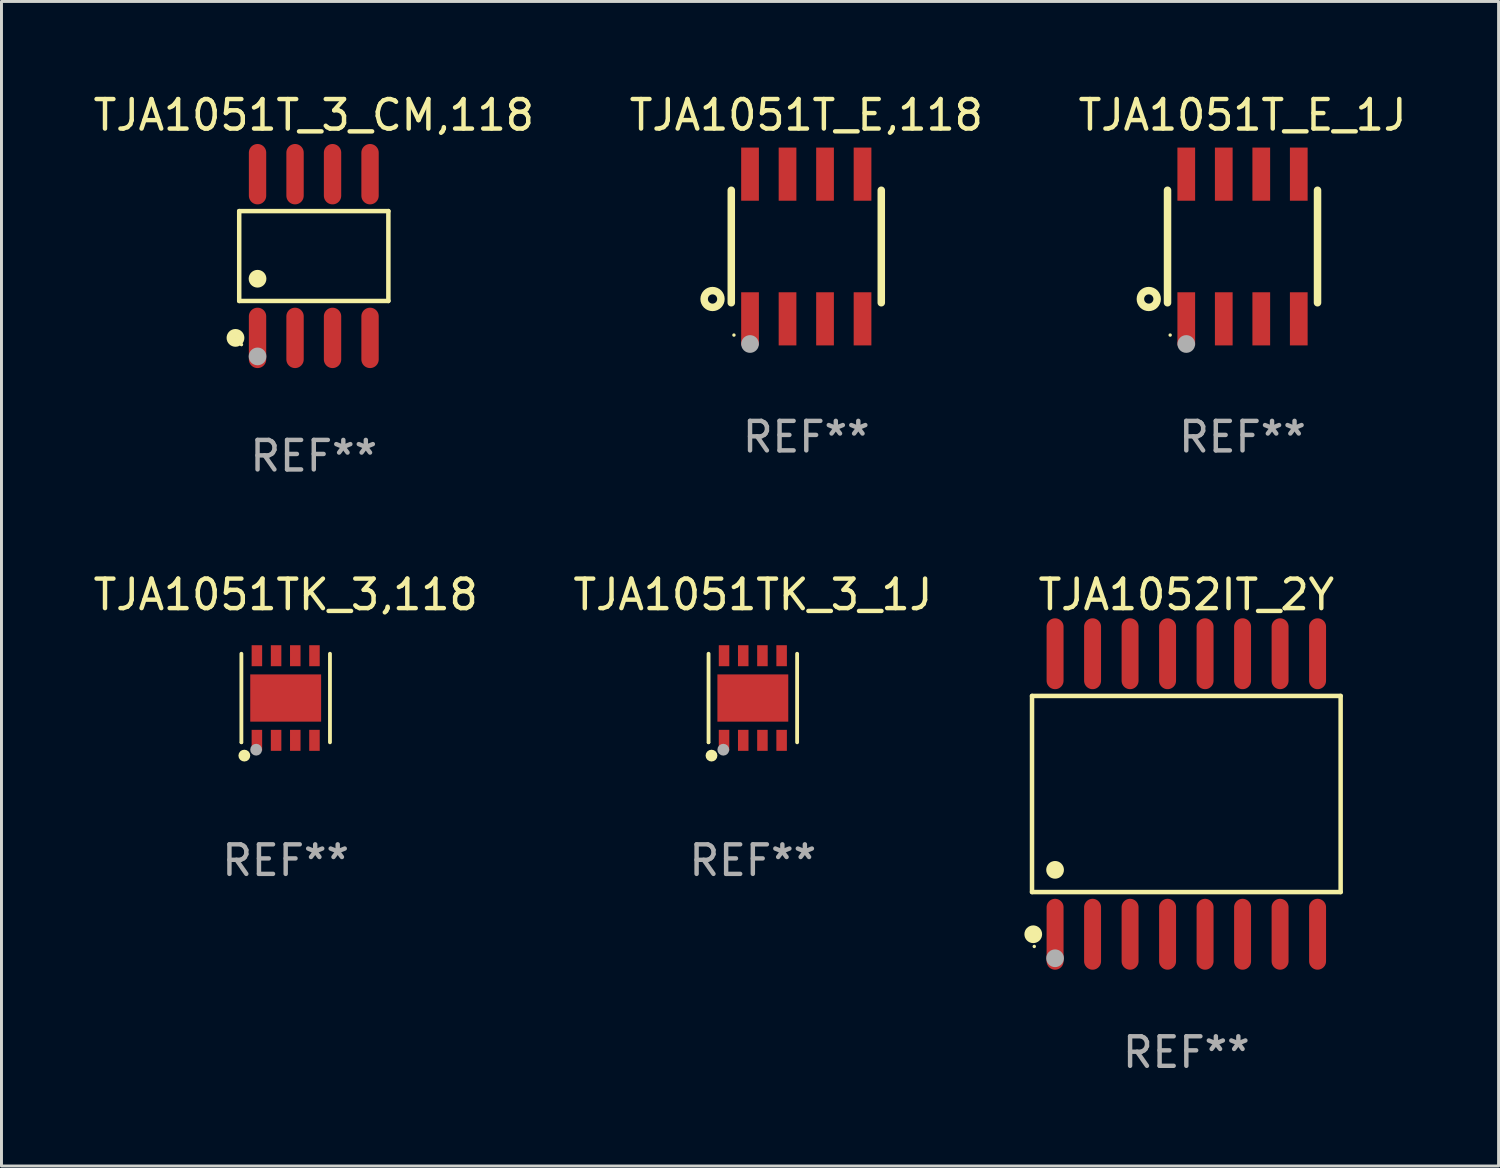
<source format=kicad_pcb>
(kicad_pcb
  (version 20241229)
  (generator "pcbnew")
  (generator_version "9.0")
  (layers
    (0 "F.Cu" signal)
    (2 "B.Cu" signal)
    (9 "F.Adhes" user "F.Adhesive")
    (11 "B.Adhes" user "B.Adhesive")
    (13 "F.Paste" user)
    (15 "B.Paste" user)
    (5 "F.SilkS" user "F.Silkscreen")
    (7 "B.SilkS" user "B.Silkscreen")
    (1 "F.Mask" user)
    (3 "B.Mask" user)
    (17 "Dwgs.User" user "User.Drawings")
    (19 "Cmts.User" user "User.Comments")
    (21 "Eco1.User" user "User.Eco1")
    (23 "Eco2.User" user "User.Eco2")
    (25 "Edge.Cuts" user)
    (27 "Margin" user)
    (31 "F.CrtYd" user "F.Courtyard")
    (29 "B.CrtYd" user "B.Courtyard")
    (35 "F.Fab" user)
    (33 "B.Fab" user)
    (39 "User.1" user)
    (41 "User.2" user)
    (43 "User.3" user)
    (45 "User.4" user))
  (footprint "TJA1052IT_2Y"
    (layer "F.Cu")
    (at 37.127 23.84)
    (property "Reference" "TJA1052IT_2Y" (at 0 -6.75 0) (layer "F.SilkS") (effects (font (size 1 1) (thickness 0.15))))
    (attr through_hole)
    (fp_line (start -5.226 -3.321) (end 5.226 -3.321) (stroke (width 0.152) (type solid)) (layer "F.SilkS"))
    (fp_line (start -5.226 3.321) (end -5.226 -3.321) (stroke (width 0.152) (type solid)) (layer "F.SilkS"))
    (fp_line (start 5.226 -3.321) (end 5.226 3.321) (stroke (width 0.152) (type solid)) (layer "F.SilkS"))
    (fp_line (start 5.226 3.321) (end -5.226 3.321) (stroke (width 0.152) (type solid)) (layer "F.SilkS"))
    (fp_circle (center -5.184 4.75) (end -5.034 4.75) (stroke (width 0.3) (type solid)) (fill no) (layer "F.SilkS"))
    (fp_circle (center -5.15 5.163) (end -5.12 5.163) (stroke (width 0.06) (type solid)) (fill no) (layer "F.SilkS"))
    (fp_circle (center -4.445 2.569) (end -4.295 2.569) (stroke (width 0.3) (type solid)) (fill no) (layer "F.SilkS"))
    (fp_circle (center -4.445 5.563) (end -4.295 5.563) (stroke (width 0.3) (type solid)) (fill no) (layer "F.Fab"))
    (fp_text user "REF**" (at 0 8.75 0) (layer "F.Fab") (effects (font (size 1 1) (thickness 0.15))))
    (pad "1" smd oval (at -4.445 4.75) (size 0.574 2.401) (layers "F.Cu" "F.Mask" "F.Paste"))
    (pad "2" smd oval (at -3.175 4.75) (size 0.574 2.401) (layers "F.Cu" "F.Mask" "F.Paste"))
    (pad "3" smd oval (at -1.905 4.75) (size 0.574 2.401) (layers "F.Cu" "F.Mask" "F.Paste"))
    (pad "4" smd oval (at -0.635 4.75) (size 0.574 2.401) (layers "F.Cu" "F.Mask" "F.Paste"))
    (pad "5" smd oval (at 0.635 4.75) (size 0.574 2.401) (layers "F.Cu" "F.Mask" "F.Paste"))
    (pad "6" smd oval (at 1.905 4.75) (size 0.574 2.401) (layers "F.Cu" "F.Mask" "F.Paste"))
    (pad "7" smd oval (at 3.175 4.75) (size 0.574 2.401) (layers "F.Cu" "F.Mask" "F.Paste"))
    (pad "8" smd oval (at 4.445 4.75) (size 0.574 2.401) (layers "F.Cu" "F.Mask" "F.Paste"))
    (pad "9" smd oval (at 4.445 -4.75) (size 0.574 2.401) (layers "F.Cu" "F.Mask" "F.Paste"))
    (pad "10" smd oval (at 3.175 -4.75) (size 0.574 2.401) (layers "F.Cu" "F.Mask" "F.Paste"))
    (pad "11" smd oval (at 1.905 -4.75) (size 0.574 2.401) (layers "F.Cu" "F.Mask" "F.Paste"))
    (pad "12" smd oval (at 0.635 -4.75) (size 0.574 2.401) (layers "F.Cu" "F.Mask" "F.Paste"))
    (pad "13" smd oval (at -0.635 -4.75) (size 0.574 2.401) (layers "F.Cu" "F.Mask" "F.Paste"))
    (pad "14" smd oval (at -1.905 -4.75) (size 0.574 2.401) (layers "F.Cu" "F.Mask" "F.Paste"))
    (pad "15" smd oval (at -3.175 -4.75) (size 0.574 2.401) (layers "F.Cu" "F.Mask" "F.Paste"))
    (pad "16" smd oval (at -4.445 -4.75) (size 0.574 2.401) (layers "F.Cu" "F.Mask" "F.Paste")))
  (footprint "TJA1051TK_3_1J"
    (layer "F.Cu")
    (at 22.446 20.59)
    (property "Reference" "TJA1051TK_3_1J" (at 0 -3.5 0) (layer "F.SilkS") (effects (font (size 1 1) (thickness 0.15))))
    (attr through_hole)
    (fp_line (start -1.5 1.5) (end -1.5 -1.5) (stroke (width 0.129) (type solid)) (layer "F.SilkS"))
    (fp_line (start 1.5 -1.5) (end 1.5 1.5) (stroke (width 0.129) (type solid)) (layer "F.SilkS"))
    (fp_circle (center -1.5 1.5) (end -1.47 1.5) (stroke (width 0.06) (type solid)) (fill no) (layer "F.SilkS"))
    (fp_circle (center -1.4 1.95) (end -1.3 1.95) (stroke (width 0.2) (type solid)) (fill no) (layer "F.SilkS"))
    (fp_circle (center -1 1.75) (end -0.9 1.75) (stroke (width 0.2) (type solid)) (fill no) (layer "F.Fab"))
    (fp_text user "REF**" (at 0 5.5 0) (layer "F.Fab") (effects (font (size 1 1) (thickness 0.15))))
    (pad "1" smd rect (at -0.975 1.433) (size 0.356 0.711) (layers "F.Cu" "F.Mask" "F.Paste"))
    (pad "2" smd rect (at -0.325 1.433) (size 0.356 0.711) (layers "F.Cu" "F.Mask" "F.Paste"))
    (pad "3" smd rect (at 0.325 1.433) (size 0.356 0.711) (layers "F.Cu" "F.Mask" "F.Paste"))
    (pad "4" smd rect (at 0.975 1.433) (size 0.356 0.711) (layers "F.Cu" "F.Mask" "F.Paste"))
    (pad "5" smd rect (at 0.975 -1.433) (size 0.356 0.711) (layers "F.Cu" "F.Mask" "F.Paste"))
    (pad "6" smd rect (at 0.325 -1.433) (size 0.356 0.711) (layers "F.Cu" "F.Mask" "F.Paste"))
    (pad "7" smd rect (at -0.325 -1.433) (size 0.356 0.711) (layers "F.Cu" "F.Mask" "F.Paste"))
    (pad "8" smd rect (at -0.975 -1.433) (size 0.356 0.711) (layers "F.Cu" "F.Mask" "F.Paste"))
    (pad "9" smd rect (at 0 0) (size 2.4 1.6) (layers "F.Cu" "F.Mask" "F.Paste")))
  (footprint "TJA1051T_E,118"
    (layer "F.Cu")
    (at 24.256 5.298)
    (property "Reference" "TJA1051T_E,118" (at 0 -4.45 0) (layer "F.SilkS") (effects (font (size 1 1) (thickness 0.15))))
    (attr through_hole)
    (fp_line (start -2.54 -1.905) (end -2.54 1.905) (stroke (width 0.254) (type solid)) (layer "F.SilkS"))
    (fp_line (start 2.54 -1.905) (end 2.54 1.905) (stroke (width 0.254) (type solid)) (layer "F.SilkS"))
    (fp_circle (center -3.175 1.778) (end -2.891 1.778) (stroke (width 0.254) (type solid)) (fill no) (layer "F.SilkS"))
    (fp_circle (center -2.45 3) (end -2.42 3) (stroke (width 0.06) (type solid)) (fill no) (layer "F.SilkS"))
    (fp_circle (center -1.905 3.302) (end -1.755 3.302) (stroke (width 0.3) (type solid)) (fill no) (layer "F.Fab"))
    (fp_text user "REF**" (at 0 6.45 0) (layer "F.Fab") (effects (font (size 1 1) (thickness 0.15))))
    (pad "1" smd rect (at -1.905 2.45) (size 0.6 1.8) (layers "F.Cu" "F.Mask" "F.Paste"))
    (pad "2" smd rect (at -0.635 2.45) (size 0.6 1.8) (layers "F.Cu" "F.Mask" "F.Paste"))
    (pad "3" smd rect (at 0.635 2.45) (size 0.6 1.8) (layers "F.Cu" "F.Mask" "F.Paste"))
    (pad "4" smd rect (at 1.905 2.45) (size 0.6 1.8) (layers "F.Cu" "F.Mask" "F.Paste"))
    (pad "5" smd rect (at 1.905 -2.45 180) (size 0.6 1.8) (layers "F.Cu" "F.Mask" "F.Paste"))
    (pad "6" smd rect (at 0.635 -2.45 180) (size 0.6 1.8) (layers "F.Cu" "F.Mask" "F.Paste"))
    (pad "7" smd rect (at -0.635 -2.45 180) (size 0.6 1.8) (layers "F.Cu" "F.Mask" "F.Paste"))
    (pad "8" smd rect (at -1.905 -2.45 180) (size 0.6 1.8) (layers "F.Cu" "F.Mask" "F.Paste")))
  (footprint "TJA1051T_3_CM,118"
    (layer "F.Cu")
    (at 7.577 5.621)
    (property "Reference" "TJA1051T_3_CM,118" (at 0 -4.772 0) (layer "F.SilkS") (effects (font (size 1 1) (thickness 0.15))))
    (attr through_hole)
    (fp_line (start -2.526 -1.521) (end 2.526 -1.521) (stroke (width 0.152) (type solid)) (layer "F.SilkS"))
    (fp_line (start -2.526 1.521) (end -2.526 -1.521) (stroke (width 0.152) (type solid)) (layer "F.SilkS"))
    (fp_line (start 2.526 -1.521) (end 2.526 1.521) (stroke (width 0.152) (type solid)) (layer "F.SilkS"))
    (fp_line (start 2.526 1.521) (end -2.526 1.521) (stroke (width 0.152) (type solid)) (layer "F.SilkS"))
    (fp_circle (center -2.652 2.772) (end -2.501 2.772) (stroke (width 0.3) (type solid)) (fill no) (layer "F.SilkS"))
    (fp_circle (center -2.45 3) (end -2.42 3) (stroke (width 0.06) (type solid)) (fill no) (layer "F.SilkS"))
    (fp_circle (center -1.905 0.769) (end -1.755 0.769) (stroke (width 0.3) (type solid)) (fill no) (layer "F.SilkS"))
    (fp_circle (center -1.905 3.4) (end -1.755 3.4) (stroke (width 0.3) (type solid)) (fill no) (layer "F.Fab"))
    (fp_text user "REF**" (at 0 6.772 0) (layer "F.Fab") (effects (font (size 1 1) (thickness 0.15))))
    (pad "1" smd oval (at -1.905 2.772) (size 0.588 2.045) (layers "F.Cu" "F.Mask" "F.Paste"))
    (pad "2" smd oval (at -0.635 2.772) (size 0.588 2.045) (layers "F.Cu" "F.Mask" "F.Paste"))
    (pad "3" smd oval (at 0.635 2.772) (size 0.588 2.045) (layers "F.Cu" "F.Mask" "F.Paste"))
    (pad "4" smd oval (at 1.905 2.772) (size 0.588 2.045) (layers "F.Cu" "F.Mask" "F.Paste"))
    (pad "5" smd oval (at 1.905 -2.772) (size 0.588 2.045) (layers "F.Cu" "F.Mask" "F.Paste"))
    (pad "6" smd oval (at 0.635 -2.772) (size 0.588 2.045) (layers "F.Cu" "F.Mask" "F.Paste"))
    (pad "7" smd oval (at -0.635 -2.772) (size 0.588 2.045) (layers "F.Cu" "F.Mask" "F.Paste"))
    (pad "8" smd oval (at -1.905 -2.772) (size 0.588 2.045) (layers "F.Cu" "F.Mask" "F.Paste")))
  (footprint "TJA1051T_E_1J"
    (layer "F.Cu")
    (at 39.03 5.298)
    (property "Reference" "TJA1051T_E_1J" (at 0 -4.45 0) (layer "F.SilkS") (effects (font (size 1 1) (thickness 0.15))))
    (attr through_hole)
    (fp_line (start -2.54 -1.905) (end -2.54 1.905) (stroke (width 0.254) (type solid)) (layer "F.SilkS"))
    (fp_line (start 2.54 -1.905) (end 2.54 1.905) (stroke (width 0.254) (type solid)) (layer "F.SilkS"))
    (fp_circle (center -3.175 1.778) (end -2.891 1.778) (stroke (width 0.254) (type solid)) (fill no) (layer "F.SilkS"))
    (fp_circle (center -2.45 3) (end -2.42 3) (stroke (width 0.06) (type solid)) (fill no) (layer "F.SilkS"))
    (fp_circle (center -1.905 3.302) (end -1.755 3.302) (stroke (width 0.3) (type solid)) (fill no) (layer "F.Fab"))
    (fp_text user "REF**" (at 0 6.45 0) (layer "F.Fab") (effects (font (size 1 1) (thickness 0.15))))
    (pad "1" smd rect (at -1.905 2.45) (size 0.6 1.8) (layers "F.Cu" "F.Mask" "F.Paste"))
    (pad "2" smd rect (at -0.635 2.45) (size 0.6 1.8) (layers "F.Cu" "F.Mask" "F.Paste"))
    (pad "3" smd rect (at 0.635 2.45) (size 0.6 1.8) (layers "F.Cu" "F.Mask" "F.Paste"))
    (pad "4" smd rect (at 1.905 2.45) (size 0.6 1.8) (layers "F.Cu" "F.Mask" "F.Paste"))
    (pad "5" smd rect (at 1.905 -2.45 180) (size 0.6 1.8) (layers "F.Cu" "F.Mask" "F.Paste"))
    (pad "6" smd rect (at 0.635 -2.45 180) (size 0.6 1.8) (layers "F.Cu" "F.Mask" "F.Paste"))
    (pad "7" smd rect (at -0.635 -2.45 180) (size 0.6 1.8) (layers "F.Cu" "F.Mask" "F.Paste"))
    (pad "8" smd rect (at -1.905 -2.45 180) (size 0.6 1.8) (layers "F.Cu" "F.Mask" "F.Paste")))
  (footprint "TJA1051TK_3,118"
    (layer "F.Cu")
    (at 6.625 20.59)
    (property "Reference" "TJA1051TK_3,118" (at 0 -3.5 0) (layer "F.SilkS") (effects (font (size 1 1) (thickness 0.15))))
    (attr through_hole)
    (fp_line (start -1.5 1.5) (end -1.5 -1.5) (stroke (width 0.129) (type solid)) (layer "F.SilkS"))
    (fp_line (start 1.5 -1.5) (end 1.5 1.5) (stroke (width 0.129) (type solid)) (layer "F.SilkS"))
    (fp_circle (center -1.5 1.5) (end -1.47 1.5) (stroke (width 0.06) (type solid)) (fill no) (layer "F.SilkS"))
    (fp_circle (center -1.4 1.95) (end -1.3 1.95) (stroke (width 0.2) (type solid)) (fill no) (layer "F.SilkS"))
    (fp_circle (center -1 1.75) (end -0.9 1.75) (stroke (width 0.2) (type solid)) (fill no) (layer "F.Fab"))
    (fp_text user "REF**" (at 0 5.5 0) (layer "F.Fab") (effects (font (size 1 1) (thickness 0.15))))
    (pad "1" smd rect (at -0.975 1.433) (size 0.356 0.711) (layers "F.Cu" "F.Mask" "F.Paste"))
    (pad "2" smd rect (at -0.325 1.433) (size 0.356 0.711) (layers "F.Cu" "F.Mask" "F.Paste"))
    (pad "3" smd rect (at 0.325 1.433) (size 0.356 0.711) (layers "F.Cu" "F.Mask" "F.Paste"))
    (pad "4" smd rect (at 0.975 1.433) (size 0.356 0.711) (layers "F.Cu" "F.Mask" "F.Paste"))
    (pad "5" smd rect (at 0.975 -1.433) (size 0.356 0.711) (layers "F.Cu" "F.Mask" "F.Paste"))
    (pad "6" smd rect (at 0.325 -1.433) (size 0.356 0.711) (layers "F.Cu" "F.Mask" "F.Paste"))
    (pad "7" smd rect (at -0.325 -1.433) (size 0.356 0.711) (layers "F.Cu" "F.Mask" "F.Paste"))
    (pad "8" smd rect (at -0.975 -1.433) (size 0.356 0.711) (layers "F.Cu" "F.Mask" "F.Paste"))
    (pad "9" smd rect (at 0 0) (size 2.4 1.6) (layers "F.Cu" "F.Mask" "F.Paste")))
  (gr_rect
    (start -3 -3)
    (end 47.702 36.438)
    (stroke (width 0.1) (type default))
    (fill no)
    (layer "Edge.Cuts")))
</source>
